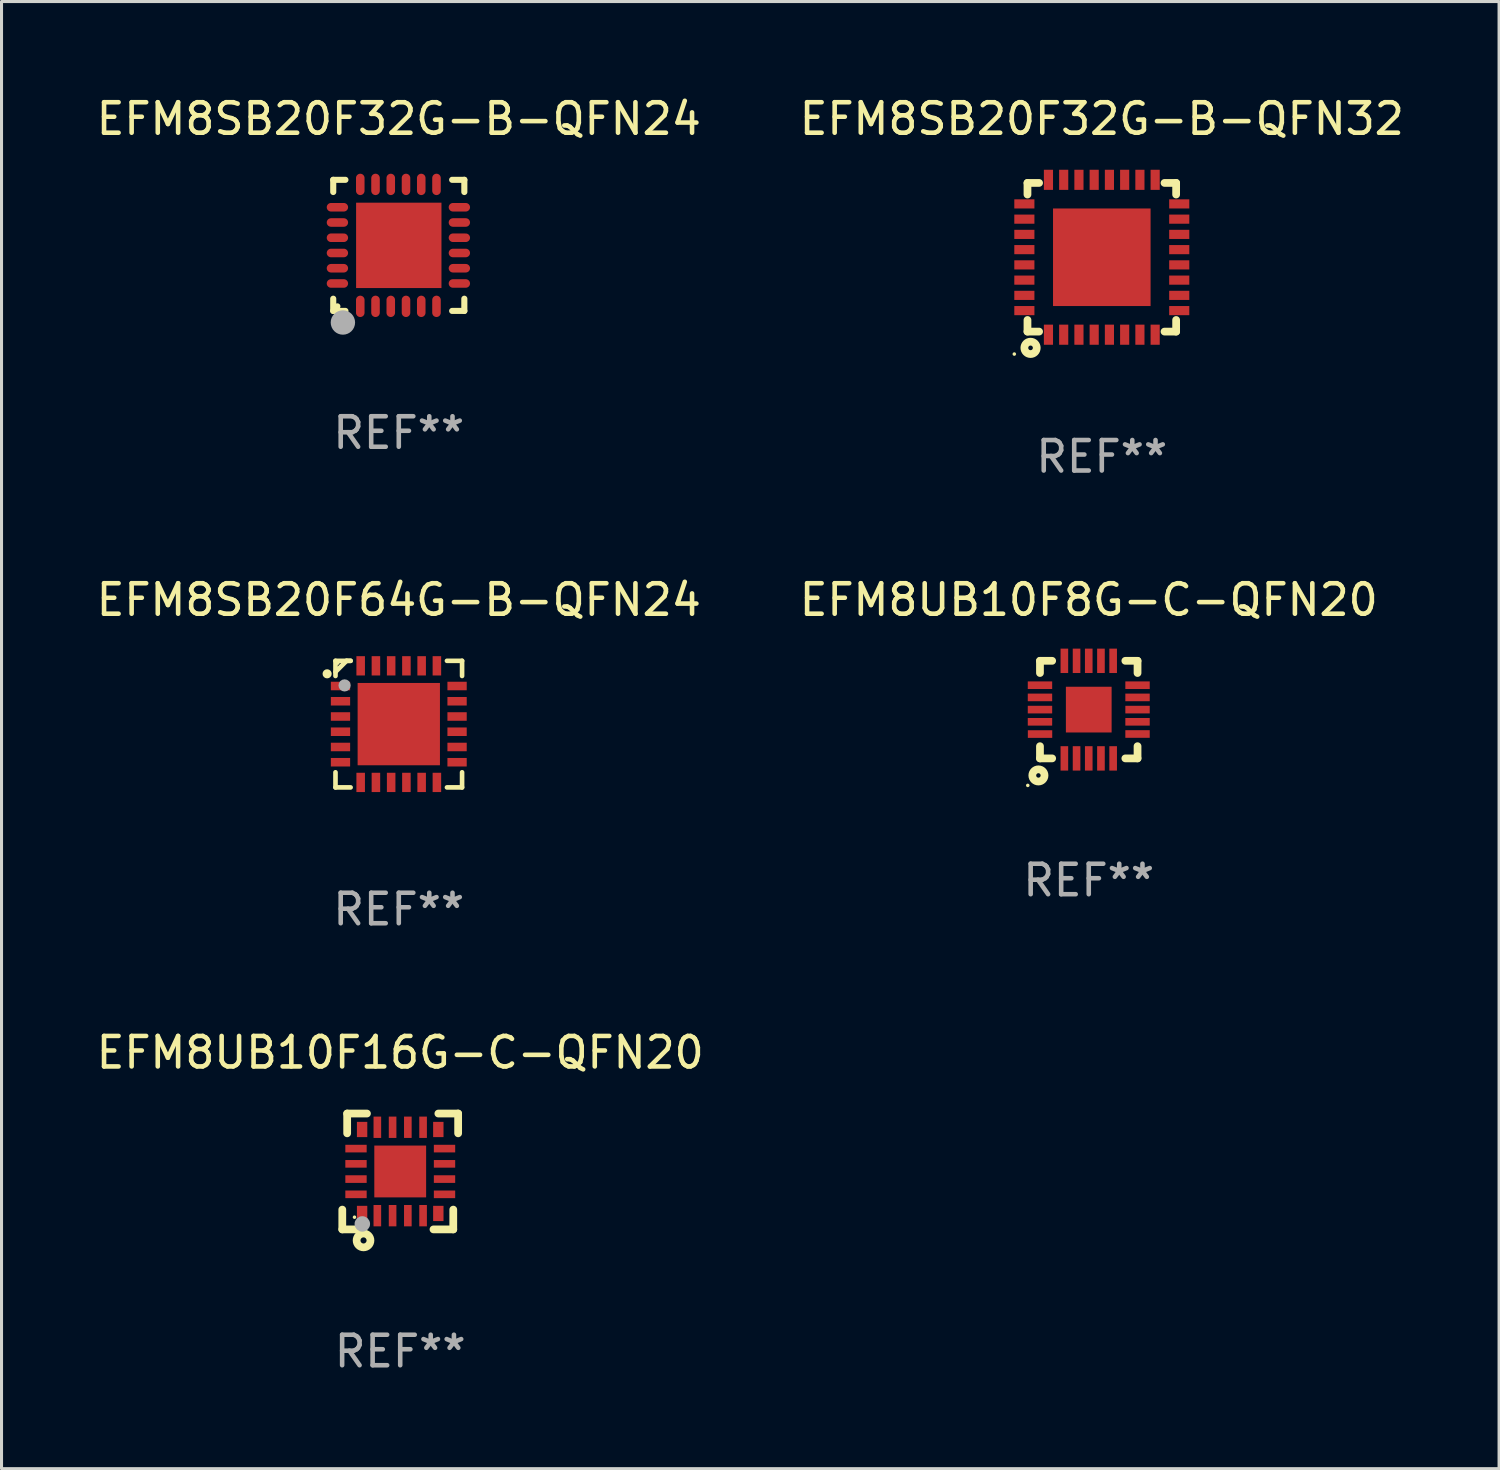
<source format=kicad_pcb>
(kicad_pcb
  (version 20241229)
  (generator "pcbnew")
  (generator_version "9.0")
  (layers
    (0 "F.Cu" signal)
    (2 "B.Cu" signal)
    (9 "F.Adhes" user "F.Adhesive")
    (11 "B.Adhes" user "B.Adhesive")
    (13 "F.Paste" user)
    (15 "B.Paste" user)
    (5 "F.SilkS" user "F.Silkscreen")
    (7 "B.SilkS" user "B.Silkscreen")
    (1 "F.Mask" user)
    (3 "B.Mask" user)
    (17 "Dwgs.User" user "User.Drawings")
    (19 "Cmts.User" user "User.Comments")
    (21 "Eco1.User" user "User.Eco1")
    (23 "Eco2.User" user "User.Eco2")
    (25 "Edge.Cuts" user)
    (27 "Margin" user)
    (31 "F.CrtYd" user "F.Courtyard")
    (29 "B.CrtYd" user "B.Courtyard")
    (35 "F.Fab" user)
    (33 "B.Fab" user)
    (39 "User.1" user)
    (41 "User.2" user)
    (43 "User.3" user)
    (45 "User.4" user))
  (footprint "EFM8UB10F16G-C-QFN20"
    (layer "F.Cu")
    (at 10.077 35.374)
    (property "Reference" "EFM8UB10F16G-C-QFN20" (at 0 -3.9 0) (layer "F.SilkS") (effects (font (size 1 1) (thickness 0.15))))
    (attr through_hole)
    (fp_line (start -1.9 1.9) (end -1.9 1.251) (stroke (width 0.254) (type solid)) (layer "F.SilkS"))
    (fp_line (start -1.9 1.9) (end -1.251 1.9) (stroke (width 0.254) (type solid)) (layer "F.SilkS"))
    (fp_line (start -1.74 -1.9) (end -1.74 -1.251) (stroke (width 0.254) (type solid)) (layer "F.SilkS"))
    (fp_line (start -1.74 -1.9) (end -1.091 -1.9) (stroke (width 0.254) (type solid)) (layer "F.SilkS"))
    (fp_line (start 1.74 1.9) (end 1.091 1.9) (stroke (width 0.254) (type solid)) (layer "F.SilkS"))
    (fp_line (start 1.74 1.9) (end 1.74 1.251) (stroke (width 0.254) (type solid)) (layer "F.SilkS"))
    (fp_line (start 1.9 -1.9) (end 1.251 -1.9) (stroke (width 0.254) (type solid)) (layer "F.SilkS"))
    (fp_line (start 1.9 -1.9) (end 1.9 -1.251) (stroke (width 0.254) (type solid)) (layer "F.SilkS"))
    (fp_circle (center -1.5 1.5) (end -1.47 1.5) (stroke (width 0.06) (type solid)) (fill no) (layer "F.SilkS"))
    (fp_circle (center -1.203 2.262) (end -1.103 2.262) (stroke (width 0.254) (type solid)) (fill no) (layer "F.SilkS"))
    (fp_circle (center -1.243 1.721) (end -1.116 1.721) (stroke (width 0.254) (type solid)) (fill no) (layer "F.Fab"))
    (fp_text user "REF**" (at 0 5.9 0) (layer "F.Fab") (effects (font (size 1 1) (thickness 0.15))))
    (pad "1" smd rect (at -1.25 1.377) (size 0.34 0.5) (layers "F.Cu" "F.Mask" "F.Paste"))
    (pad "2" smd rect (at -0.75 1.45) (size 0.25 0.7) (layers "F.Cu" "F.Mask" "F.Paste"))
    (pad "3" smd rect (at -0.25 1.45) (size 0.25 0.7) (layers "F.Cu" "F.Mask" "F.Paste"))
    (pad "4" smd rect (at 0.25 1.45) (size 0.25 0.7) (layers "F.Cu" "F.Mask" "F.Paste"))
    (pad "5" smd rect (at 0.75 1.45) (size 0.25 0.7) (layers "F.Cu" "F.Mask" "F.Paste"))
    (pad "6" smd rect (at 1.25 1.377) (size 0.34 0.5) (layers "F.Cu" "F.Mask" "F.Paste"))
    (pad "7" smd rect (at 1.453 0.75) (size 0.7 0.25) (layers "F.Cu" "F.Mask" "F.Paste"))
    (pad "8" smd rect (at 1.453 0.25) (size 0.7 0.25) (layers "F.Cu" "F.Mask" "F.Paste"))
    (pad "9" smd rect (at 1.453 -0.25) (size 0.7 0.25) (layers "F.Cu" "F.Mask" "F.Paste"))
    (pad "10" smd rect (at 1.453 -0.75) (size 0.7 0.25) (layers "F.Cu" "F.Mask" "F.Paste"))
    (pad "11" smd rect (at 1.25 -1.377) (size 0.34 0.5) (layers "F.Cu" "F.Mask" "F.Paste"))
    (pad "12" smd rect (at 0.75 -1.45) (size 0.25 0.7) (layers "F.Cu" "F.Mask" "F.Paste"))
    (pad "13" smd rect (at 0.25 -1.45) (size 0.25 0.7) (layers "F.Cu" "F.Mask" "F.Paste"))
    (pad "14" smd rect (at -0.25 -1.45) (size 0.25 0.7) (layers "F.Cu" "F.Mask" "F.Paste"))
    (pad "15" smd rect (at -0.75 -1.45) (size 0.25 0.7) (layers "F.Cu" "F.Mask" "F.Paste"))
    (pad "16" smd rect (at -1.25 -1.377) (size 0.34 0.5) (layers "F.Cu" "F.Mask" "F.Paste"))
    (pad "17" smd rect (at -1.45 -0.75) (size 0.7 0.25) (layers "F.Cu" "F.Mask" "F.Paste"))
    (pad "18" smd rect (at -1.45 -0.25) (size 0.7 0.25) (layers "F.Cu" "F.Mask" "F.Paste"))
    (pad "19" smd rect (at -1.45 0.25) (size 0.7 0.25) (layers "F.Cu" "F.Mask" "F.Paste"))
    (pad "20" smd rect (at -1.45 0.75) (size 0.7 0.25) (layers "F.Cu" "F.Mask" "F.Paste"))
    (pad "21" smd rect (at 0 0) (size 1.7 1.7) (layers "F.Cu" "F.Mask" "F.Paste")))
  (footprint "EFM8UB10F8G-C-QFN20"
    (layer "F.Cu")
    (at 32.661 20.225)
    (property "Reference" "EFM8UB10F8G-C-QFN20" (at 0 -3.6 0) (layer "F.SilkS") (effects (font (size 1 1) (thickness 0.15))))
    (attr through_hole)
    (fp_line (start -1.6 -1.6) (end -1.6 -1.2) (stroke (width 0.254) (type solid)) (layer "F.SilkS"))
    (fp_line (start -1.6 1.6) (end -1.6 1.2) (stroke (width 0.254) (type solid)) (layer "F.SilkS"))
    (fp_line (start -1.2 -1.6) (end -1.6 -1.6) (stroke (width 0.254) (type solid)) (layer "F.SilkS"))
    (fp_line (start -1.2 1.6) (end -1.6 1.6) (stroke (width 0.254) (type solid)) (layer "F.SilkS"))
    (fp_line (start 1.2 -1.6) (end 1.6 -1.6) (stroke (width 0.254) (type solid)) (layer "F.SilkS"))
    (fp_line (start 1.6 -1.6) (end 1.6 -1.2) (stroke (width 0.254) (type solid)) (layer "F.SilkS"))
    (fp_line (start 1.6 1.2) (end 1.6 1.6) (stroke (width 0.254) (type solid)) (layer "F.SilkS"))
    (fp_line (start 1.6 1.6) (end 1.2 1.6) (stroke (width 0.254) (type solid)) (layer "F.SilkS"))
    (fp_circle (center -2 2.486) (end -1.97 2.486) (stroke (width 0.06) (type solid)) (fill no) (layer "F.SilkS"))
    (fp_circle (center -1.651 2.159) (end -1.451 2.159) (stroke (width 0.254) (type solid)) (fill no) (layer "F.SilkS"))
    (fp_text user "REF**" (at 0 5.6 0) (layer "F.Fab") (effects (font (size 1 1) (thickness 0.15))))
    (pad "1" smd rect (at -0.8 1.6) (size 0.25 0.8) (layers "F.Cu" "F.Mask" "F.Paste"))
    (pad "2" smd rect (at -0.4 1.6) (size 0.25 0.8) (layers "F.Cu" "F.Mask" "F.Paste"))
    (pad "3" smd rect (at -0.000127 1.6) (size 0.25 0.8) (layers "F.Cu" "F.Mask" "F.Paste"))
    (pad "4" smd rect (at 0.4 1.6) (size 0.25 0.8) (layers "F.Cu" "F.Mask" "F.Paste"))
    (pad "5" smd rect (at 0.8 1.6) (size 0.25 0.8) (layers "F.Cu" "F.Mask" "F.Paste"))
    (pad "6" smd rect (at 1.6 0.8 90) (size 0.25 0.8) (layers "F.Cu" "F.Mask" "F.Paste"))
    (pad "7" smd rect (at 1.6 0.4 90) (size 0.25 0.8) (layers "F.Cu" "F.Mask" "F.Paste"))
    (pad "8" smd rect (at 1.6 0.000127 90) (size 0.25 0.8) (layers "F.Cu" "F.Mask" "F.Paste"))
    (pad "9" smd rect (at 1.6 -0.4 90) (size 0.25 0.8) (layers "F.Cu" "F.Mask" "F.Paste"))
    (pad "10" smd rect (at 1.6 -0.8 90) (size 0.25 0.8) (layers "F.Cu" "F.Mask" "F.Paste"))
    (pad "11" smd rect (at 0.8 -1.6 180) (size 0.25 0.8) (layers "F.Cu" "F.Mask" "F.Paste"))
    (pad "12" smd rect (at 0.4 -1.6 180) (size 0.25 0.8) (layers "F.Cu" "F.Mask" "F.Paste"))
    (pad "13" smd rect (at -0.000127 -1.6 180) (size 0.25 0.8) (layers "F.Cu" "F.Mask" "F.Paste"))
    (pad "14" smd rect (at -0.4 -1.6 180) (size 0.25 0.8) (layers "F.Cu" "F.Mask" "F.Paste"))
    (pad "15" smd rect (at -0.8 -1.6 180) (size 0.25 0.8) (layers "F.Cu" "F.Mask" "F.Paste"))
    (pad "16" smd rect (at -1.6 -0.8 270) (size 0.25 0.8) (layers "F.Cu" "F.Mask" "F.Paste"))
    (pad "17" smd rect (at -1.6 -0.4 270) (size 0.25 0.8) (layers "F.Cu" "F.Mask" "F.Paste"))
    (pad "18" smd rect (at -1.6 0.000127 270) (size 0.25 0.8) (layers "F.Cu" "F.Mask" "F.Paste"))
    (pad "19" smd rect (at -1.6 0.4 270) (size 0.25 0.8) (layers "F.Cu" "F.Mask" "F.Paste"))
    (pad "20" smd rect (at -1.598 0.802 270) (size 0.25 0.8) (layers "F.Cu" "F.Mask" "F.Paste"))
    (pad "21" smd rect (at -0.000127 0.000127 270) (size 1.5 1.5) (layers "F.Cu" "F.Mask" "F.Paste")))
  (footprint "EFM8SB20F64G-B-QFN24"
    (layer "F.Cu")
    (at 10.03 20.701)
    (property "Reference" "EFM8SB20F64G-B-QFN24" (at 0 -4.076 0) (layer "F.SilkS") (effects (font (size 1 1) (thickness 0.15))))
    (attr through_hole)
    (fp_line (start -2.076 -2.076) (end -2.076 -1.58) (stroke (width 0.152) (type solid)) (layer "F.SilkS"))
    (fp_line (start -2.076 2.076) (end -2.076 1.58) (stroke (width 0.152) (type solid)) (layer "F.SilkS"))
    (fp_line (start -1.713 -2.076) (end -2.076 -1.713) (stroke (width 0.152) (type solid)) (layer "F.SilkS"))
    (fp_line (start -1.58 -2.076) (end -2.076 -2.076) (stroke (width 0.152) (type solid)) (layer "F.SilkS"))
    (fp_line (start -1.58 -2.076) (end -1.713 -2.076) (stroke (width 0.152) (type solid)) (layer "F.SilkS"))
    (fp_line (start -1.58 2.076) (end -2.076 2.076) (stroke (width 0.152) (type solid)) (layer "F.SilkS"))
    (fp_line (start 1.58 -2.076) (end 2.076 -2.076) (stroke (width 0.152) (type solid)) (layer "F.SilkS"))
    (fp_line (start 1.58 2.076) (end 2.076 2.076) (stroke (width 0.152) (type solid)) (layer "F.SilkS"))
    (fp_line (start 2.076 -2.076) (end 2.076 -1.58) (stroke (width 0.152) (type solid)) (layer "F.SilkS"))
    (fp_line (start 2.076 2.076) (end 2.076 1.58) (stroke (width 0.152) (type solid)) (layer "F.SilkS"))
    (fp_circle (center -2.35 -1.65) (end -2.275 -1.65) (stroke (width 0.15) (type solid)) (fill no) (layer "F.SilkS"))
    (fp_circle (center -2 -2) (end -1.97 -2) (stroke (width 0.06) (type solid)) (fill no) (layer "F.SilkS"))
    (fp_circle (center -1.778 -1.27) (end -1.678 -1.27) (stroke (width 0.2) (type solid)) (fill no) (layer "F.Fab"))
    (fp_text user "REF**" (at 0 6.076 0) (layer "F.Fab") (effects (font (size 1 1) (thickness 0.15))))
    (pad "1" smd rect (at -1.912 -1.25) (size 0.633 0.28) (layers "F.Cu" "F.Mask" "F.Paste"))
    (pad "2" smd rect (at -1.912 -0.75) (size 0.633 0.28) (layers "F.Cu" "F.Mask" "F.Paste"))
    (pad "3" smd rect (at -1.912 -0.25) (size 0.633 0.28) (layers "F.Cu" "F.Mask" "F.Paste"))
    (pad "4" smd rect (at -1.912 0.25) (size 0.633 0.28) (layers "F.Cu" "F.Mask" "F.Paste"))
    (pad "5" smd rect (at -1.912 0.75) (size 0.633 0.28) (layers "F.Cu" "F.Mask" "F.Paste"))
    (pad "6" smd rect (at -1.912 1.25) (size 0.633 0.28) (layers "F.Cu" "F.Mask" "F.Paste"))
    (pad "7" smd rect (at -1.25 1.912) (size 0.28 0.633) (layers "F.Cu" "F.Mask" "F.Paste"))
    (pad "8" smd rect (at -0.75 1.912) (size 0.28 0.633) (layers "F.Cu" "F.Mask" "F.Paste"))
    (pad "9" smd rect (at -0.25 1.912) (size 0.28 0.633) (layers "F.Cu" "F.Mask" "F.Paste"))
    (pad "10" smd rect (at 0.25 1.912) (size 0.28 0.633) (layers "F.Cu" "F.Mask" "F.Paste"))
    (pad "11" smd rect (at 0.75 1.912) (size 0.28 0.633) (layers "F.Cu" "F.Mask" "F.Paste"))
    (pad "12" smd rect (at 1.25 1.912) (size 0.28 0.633) (layers "F.Cu" "F.Mask" "F.Paste"))
    (pad "13" smd rect (at 1.912 1.25) (size 0.633 0.28) (layers "F.Cu" "F.Mask" "F.Paste"))
    (pad "14" smd rect (at 1.912 0.75) (size 0.633 0.28) (layers "F.Cu" "F.Mask" "F.Paste"))
    (pad "15" smd rect (at 1.912 0.25) (size 0.633 0.28) (layers "F.Cu" "F.Mask" "F.Paste"))
    (pad "16" smd rect (at 1.912 -0.25) (size 0.633 0.28) (layers "F.Cu" "F.Mask" "F.Paste"))
    (pad "17" smd rect (at 1.912 -0.75) (size 0.633 0.28) (layers "F.Cu" "F.Mask" "F.Paste"))
    (pad "18" smd rect (at 1.912 -1.25) (size 0.633 0.28) (layers "F.Cu" "F.Mask" "F.Paste"))
    (pad "19" smd rect (at 1.25 -1.912) (size 0.28 0.633) (layers "F.Cu" "F.Mask" "F.Paste"))
    (pad "20" smd rect (at 0.75 -1.912) (size 0.28 0.633) (layers "F.Cu" "F.Mask" "F.Paste"))
    (pad "21" smd rect (at 0.25 -1.912) (size 0.28 0.633) (layers "F.Cu" "F.Mask" "F.Paste"))
    (pad "22" smd rect (at -0.25 -1.912) (size 0.28 0.633) (layers "F.Cu" "F.Mask" "F.Paste"))
    (pad "23" smd rect (at -0.75 -1.912) (size 0.28 0.633) (layers "F.Cu" "F.Mask" "F.Paste"))
    (pad "24" smd rect (at -1.25 -1.912) (size 0.28 0.633) (layers "F.Cu" "F.Mask" "F.Paste"))
    (pad "25" smd rect (at 0 0) (size 2.7 2.7) (layers "F.Cu" "F.Mask" "F.Paste")))
  (footprint "EFM8SB20F32G-B-QFN24"
    (layer "F.Cu")
    (at 10.03 4.998)
    (property "Reference" "EFM8SB20F32G-B-QFN24" (at 0 -4.15 0) (layer "F.SilkS") (effects (font (size 1 1) (thickness 0.15))))
    (attr through_hole)
    (fp_line (start -2.15 -2.15) (end -1.75 -2.15) (stroke (width 0.2) (type solid)) (layer "F.SilkS"))
    (fp_line (start -2.15 -1.75) (end -2.15 -2.15) (stroke (width 0.2) (type solid)) (layer "F.SilkS"))
    (fp_line (start -2.15 2.15) (end -2.15 1.75) (stroke (width 0.2) (type solid)) (layer "F.SilkS"))
    (fp_line (start -1.75 2.15) (end -2.15 2.15) (stroke (width 0.2) (type solid)) (layer "F.SilkS"))
    (fp_line (start 2.15 -2.15) (end 1.75 -2.15) (stroke (width 0.2) (type solid)) (layer "F.SilkS"))
    (fp_line (start 2.15 -1.75) (end 2.15 -2.15) (stroke (width 0.2) (type solid)) (layer "F.SilkS"))
    (fp_line (start 2.15 1.75) (end 2.15 2.15) (stroke (width 0.2) (type solid)) (layer "F.SilkS"))
    (fp_line (start 2.15 2.15) (end 1.75 2.15) (stroke (width 0.2) (type solid)) (layer "F.SilkS"))
    (fp_circle (center -2.013 2) (end -1.963 2) (stroke (width 0.1) (type solid)) (fill no) (layer "F.SilkS"))
    (fp_circle (center -1.833 2.53) (end -1.633 2.53) (stroke (width 0.4) (type solid)) (fill no) (layer "F.Fab"))
    (fp_text user "REF**" (at 0 6.15 0) (layer "F.Fab") (effects (font (size 1 1) (thickness 0.15))))
    (pad "1" smd oval (at -1.263 2 180) (size 0.28 0.7) (layers "F.Cu" "F.Mask" "F.Paste"))
    (pad "2" smd oval (at -0.763 2 180) (size 0.28 0.7) (layers "F.Cu" "F.Mask" "F.Paste"))
    (pad "3" smd oval (at -0.263 2 180) (size 0.28 0.7) (layers "F.Cu" "F.Mask" "F.Paste"))
    (pad "4" smd oval (at 0.237 2 180) (size 0.28 0.7) (layers "F.Cu" "F.Mask" "F.Paste"))
    (pad "5" smd oval (at 0.737 2 180) (size 0.28 0.7) (layers "F.Cu" "F.Mask" "F.Paste"))
    (pad "6" smd oval (at 1.237 2 180) (size 0.28 0.7) (layers "F.Cu" "F.Mask" "F.Paste"))
    (pad "7" smd oval (at 1.987 1.25 90) (size 0.28 0.7) (layers "F.Cu" "F.Mask" "F.Paste"))
    (pad "8" smd oval (at 1.987 0.75 90) (size 0.28 0.7) (layers "F.Cu" "F.Mask" "F.Paste"))
    (pad "9" smd oval (at 1.987 0.25 90) (size 0.28 0.7) (layers "F.Cu" "F.Mask" "F.Paste"))
    (pad "10" smd oval (at 1.987 -0.25 90) (size 0.28 0.7) (layers "F.Cu" "F.Mask" "F.Paste"))
    (pad "11" smd oval (at 1.987 -0.75 90) (size 0.28 0.7) (layers "F.Cu" "F.Mask" "F.Paste"))
    (pad "12" smd oval (at 1.987 -1.25 90) (size 0.28 0.7) (layers "F.Cu" "F.Mask" "F.Paste"))
    (pad "13" smd oval (at 1.237 -2 180) (size 0.28 0.7) (layers "F.Cu" "F.Mask" "F.Paste"))
    (pad "14" smd oval (at 0.737 -2 180) (size 0.28 0.7) (layers "F.Cu" "F.Mask" "F.Paste"))
    (pad "15" smd oval (at 0.237 -2 180) (size 0.28 0.7) (layers "F.Cu" "F.Mask" "F.Paste"))
    (pad "16" smd oval (at -0.263 -2 180) (size 0.28 0.7) (layers "F.Cu" "F.Mask" "F.Paste"))
    (pad "17" smd oval (at -0.763 -2 180) (size 0.28 0.7) (layers "F.Cu" "F.Mask" "F.Paste"))
    (pad "18" smd oval (at -1.263 -2 180) (size 0.28 0.7) (layers "F.Cu" "F.Mask" "F.Paste"))
    (pad "19" smd oval (at -2.013 -1.25 90) (size 0.28 0.7) (layers "F.Cu" "F.Mask" "F.Paste"))
    (pad "20" smd oval (at -2.013 -0.75 90) (size 0.28 0.7) (layers "F.Cu" "F.Mask" "F.Paste"))
    (pad "21" smd oval (at -2.013 -0.25 90) (size 0.28 0.7) (layers "F.Cu" "F.Mask" "F.Paste"))
    (pad "22" smd oval (at -2.013 0.25 90) (size 0.28 0.7) (layers "F.Cu" "F.Mask" "F.Paste"))
    (pad "23" smd oval (at -2.013 0.75 90) (size 0.28 0.7) (layers "F.Cu" "F.Mask" "F.Paste"))
    (pad "24" smd oval (at -2.013 1.25 90) (size 0.28 0.7) (layers "F.Cu" "F.Mask" "F.Paste"))
    (pad "25" smd rect (at -0.000013 0 90) (size 2.8 2.8) (layers "F.Cu" "F.Mask" "F.Paste")))
  (footprint "EFM8SB20F32G-B-QFN32"
    (layer "F.Cu")
    (at 33.089 5.388)
    (property "Reference" "EFM8SB20F32G-B-QFN32" (at 0 -4.54 0) (layer "F.SilkS") (effects (font (size 1 1) (thickness 0.15))))
    (attr through_hole)
    (fp_line (start -2.438 -2.438) (end -2.057 -2.438) (stroke (width 0.254) (type solid)) (layer "F.SilkS"))
    (fp_line (start -2.438 -2.057) (end -2.438 -2.438) (stroke (width 0.254) (type solid)) (layer "F.SilkS"))
    (fp_line (start -2.438 2.438) (end -2.438 2.057) (stroke (width 0.254) (type solid)) (layer "F.SilkS"))
    (fp_line (start -2.057 2.438) (end -2.438 2.438) (stroke (width 0.254) (type solid)) (layer "F.SilkS"))
    (fp_line (start 2.057 -2.438) (end 2.438 -2.438) (stroke (width 0.254) (type solid)) (layer "F.SilkS"))
    (fp_line (start 2.438 -2.438) (end 2.438 -2.057) (stroke (width 0.254) (type solid)) (layer "F.SilkS"))
    (fp_line (start 2.438 2.057) (end 2.438 2.438) (stroke (width 0.254) (type solid)) (layer "F.SilkS"))
    (fp_line (start 2.438 2.438) (end 2.057 2.438) (stroke (width 0.254) (type solid)) (layer "F.SilkS"))
    (fp_circle (center -2.87 3.175) (end -2.84 3.175) (stroke (width 0.06) (type solid)) (fill no) (layer "F.SilkS"))
    (fp_circle (center -2.337 2.972) (end -2.261 2.972) (stroke (width 0.254) (type solid)) (fill no) (layer "F.SilkS"))
    (fp_text user "REF**" (at 0 6.54 0) (layer "F.Fab") (effects (font (size 1 1) (thickness 0.15))))
    (pad "1" smd rect (at -1.75 2.54 90) (size 0.66 0.3) (layers "F.Cu" "F.Mask" "F.Paste"))
    (pad "2" smd rect (at -1.25 2.54 90) (size 0.66 0.3) (layers "F.Cu" "F.Mask" "F.Paste"))
    (pad "3" smd rect (at -0.75 2.54 90) (size 0.66 0.3) (layers "F.Cu" "F.Mask" "F.Paste"))
    (pad "4" smd rect (at -0.25 2.54 90) (size 0.66 0.3) (layers "F.Cu" "F.Mask" "F.Paste"))
    (pad "5" smd rect (at 0.25 2.54 90) (size 0.66 0.3) (layers "F.Cu" "F.Mask" "F.Paste"))
    (pad "6" smd rect (at 0.75 2.54 90) (size 0.66 0.3) (layers "F.Cu" "F.Mask" "F.Paste"))
    (pad "7" smd rect (at 1.25 2.54 90) (size 0.66 0.3) (layers "F.Cu" "F.Mask" "F.Paste"))
    (pad "8" smd rect (at 1.75 2.54 90) (size 0.66 0.3) (layers "F.Cu" "F.Mask" "F.Paste"))
    (pad "9" smd rect (at 2.54 1.75 90) (size 0.3 0.66) (layers "F.Cu" "F.Mask" "F.Paste"))
    (pad "10" smd rect (at 2.54 1.25 90) (size 0.3 0.66) (layers "F.Cu" "F.Mask" "F.Paste"))
    (pad "11" smd rect (at 2.54 0.75 90) (size 0.3 0.66) (layers "F.Cu" "F.Mask" "F.Paste"))
    (pad "12" smd rect (at 2.54 0.25 90) (size 0.3 0.66) (layers "F.Cu" "F.Mask" "F.Paste"))
    (pad "13" smd rect (at 2.54 -0.25 90) (size 0.3 0.66) (layers "F.Cu" "F.Mask" "F.Paste"))
    (pad "14" smd rect (at 2.54 -0.75 90) (size 0.3 0.66) (layers "F.Cu" "F.Mask" "F.Paste"))
    (pad "15" smd rect (at 2.54 -1.25 90) (size 0.3 0.66) (layers "F.Cu" "F.Mask" "F.Paste"))
    (pad "16" smd rect (at 2.54 -1.75 90) (size 0.3 0.66) (layers "F.Cu" "F.Mask" "F.Paste"))
    (pad "17" smd rect (at 1.75 -2.54 90) (size 0.66 0.3) (layers "F.Cu" "F.Mask" "F.Paste"))
    (pad "18" smd rect (at 1.25 -2.54 90) (size 0.66 0.3) (layers "F.Cu" "F.Mask" "F.Paste"))
    (pad "19" smd rect (at 0.75 -2.54 90) (size 0.66 0.3) (layers "F.Cu" "F.Mask" "F.Paste"))
    (pad "20" smd rect (at 0.25 -2.54 90) (size 0.66 0.3) (layers "F.Cu" "F.Mask" "F.Paste"))
    (pad "21" smd rect (at -0.25 -2.54 90) (size 0.66 0.3) (layers "F.Cu" "F.Mask" "F.Paste"))
    (pad "22" smd rect (at -0.75 -2.54 90) (size 0.66 0.3) (layers "F.Cu" "F.Mask" "F.Paste"))
    (pad "23" smd rect (at -1.25 -2.54 90) (size 0.66 0.3) (layers "F.Cu" "F.Mask" "F.Paste"))
    (pad "24" smd rect (at -1.75 -2.54 90) (size 0.66 0.3) (layers "F.Cu" "F.Mask" "F.Paste"))
    (pad "25" smd rect (at -2.54 -1.75 90) (size 0.3 0.66) (layers "F.Cu" "F.Mask" "F.Paste"))
    (pad "26" smd rect (at -2.54 -1.25 90) (size 0.3 0.66) (layers "F.Cu" "F.Mask" "F.Paste"))
    (pad "27" smd rect (at -2.54 -0.75 90) (size 0.3 0.66) (layers "F.Cu" "F.Mask" "F.Paste"))
    (pad "28" smd rect (at -2.54 -0.25 90) (size 0.3 0.66) (layers "F.Cu" "F.Mask" "F.Paste"))
    (pad "29" smd rect (at -2.54 0.25 90) (size 0.3 0.66) (layers "F.Cu" "F.Mask" "F.Paste"))
    (pad "30" smd rect (at -2.54 0.75 90) (size 0.3 0.66) (layers "F.Cu" "F.Mask" "F.Paste"))
    (pad "31" smd rect (at -2.54 1.25 90) (size 0.3 0.66) (layers "F.Cu" "F.Mask" "F.Paste"))
    (pad "32" smd rect (at -2.54 1.75 90) (size 0.3 0.66) (layers "F.Cu" "F.Mask" "F.Paste"))
    (pad "33" smd rect (at 0 0 90) (size 3.2 3.2) (layers "F.Cu" "F.Mask" "F.Paste")))
  (gr_rect
    (start -3 -3)
    (end 46.119 45.122)
    (stroke (width 0.1) (type default))
    (fill no)
    (layer "Edge.Cuts")))
</source>
